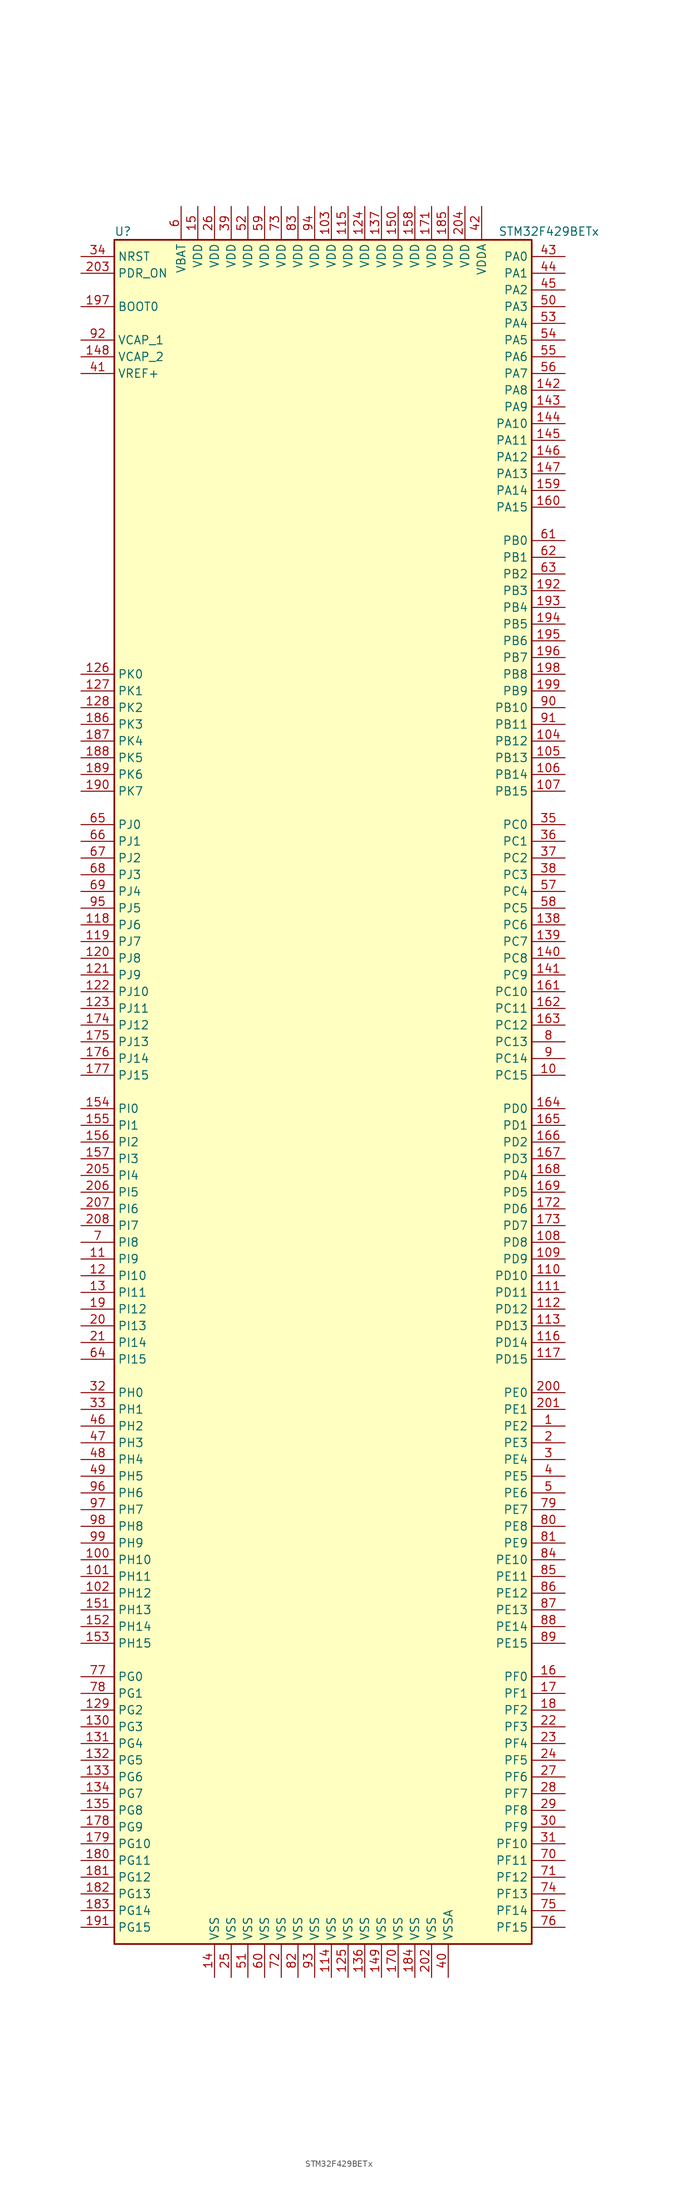
<source format=kicad_sym>
(kicad_symbol_lib
  (version 20201005)
  (generator kicad_symbol_editor)
  (symbol "MCU_ST_STM32F4:STM32F429BETx"
    (property "Reference" "U"
      (at -33.02 130.81 0)
      (effects (font (size 1.27 1.27)) (justify left)))
    (property "Value" "STM32F429BETx"
      (at 25.4 130.81 0)
      (effects (font (size 1.27 1.27)) (justify left)))
    (symbol "STM32F429BETx_0_1"
      (rectangle (start -33.02 -129.54) (end 30.48 129.54) (stroke (width 0.254)) (fill (type background))))
    (symbol "STM32F429BETx_1_1"
      (pin input line (at -38.1 119.38 0) (length 5.08) (name "BOOT0" (effects (font (size 1.27 1.27)))) (number "197" (effects (font (size 1.27 1.27)))))
      (pin input line (at -38.1 127 0) (length 5.08) (name "NRST" (effects (font (size 1.27 1.27)))) (number "34" (effects (font (size 1.27 1.27)))))
      (pin bidirectional line (at 35.56 127 180) (length 5.08) (name "PA0" (effects (font (size 1.27 1.27)))) (number "43" (effects (font (size 1.27 1.27)))))
      (pin bidirectional line (at 35.56 124.46 180) (length 5.08) (name "PA1" (effects (font (size 1.27 1.27)))) (number "44" (effects (font (size 1.27 1.27)))))
      (pin bidirectional line (at 35.56 101.6 180) (length 5.08) (name "PA10" (effects (font (size 1.27 1.27)))) (number "144" (effects (font (size 1.27 1.27)))))
      (pin bidirectional line (at 35.56 99.06 180) (length 5.08) (name "PA11" (effects (font (size 1.27 1.27)))) (number "145" (effects (font (size 1.27 1.27)))))
      (pin bidirectional line (at 35.56 96.52 180) (length 5.08) (name "PA12" (effects (font (size 1.27 1.27)))) (number "146" (effects (font (size 1.27 1.27)))))
      (pin bidirectional line (at 35.56 93.98 180) (length 5.08) (name "PA13" (effects (font (size 1.27 1.27)))) (number "147" (effects (font (size 1.27 1.27)))))
      (pin bidirectional line (at 35.56 91.44 180) (length 5.08) (name "PA14" (effects (font (size 1.27 1.27)))) (number "159" (effects (font (size 1.27 1.27)))))
      (pin bidirectional line (at 35.56 88.9 180) (length 5.08) (name "PA15" (effects (font (size 1.27 1.27)))) (number "160" (effects (font (size 1.27 1.27)))))
      (pin bidirectional line (at 35.56 121.92 180) (length 5.08) (name "PA2" (effects (font (size 1.27 1.27)))) (number "45" (effects (font (size 1.27 1.27)))))
      (pin bidirectional line (at 35.56 119.38 180) (length 5.08) (name "PA3" (effects (font (size 1.27 1.27)))) (number "50" (effects (font (size 1.27 1.27)))))
      (pin bidirectional line (at 35.56 116.84 180) (length 5.08) (name "PA4" (effects (font (size 1.27 1.27)))) (number "53" (effects (font (size 1.27 1.27)))))
      (pin bidirectional line (at 35.56 114.3 180) (length 5.08) (name "PA5" (effects (font (size 1.27 1.27)))) (number "54" (effects (font (size 1.27 1.27)))))
      (pin bidirectional line (at 35.56 111.76 180) (length 5.08) (name "PA6" (effects (font (size 1.27 1.27)))) (number "55" (effects (font (size 1.27 1.27)))))
      (pin bidirectional line (at 35.56 109.22 180) (length 5.08) (name "PA7" (effects (font (size 1.27 1.27)))) (number "56" (effects (font (size 1.27 1.27)))))
      (pin bidirectional line (at 35.56 106.68 180) (length 5.08) (name "PA8" (effects (font (size 1.27 1.27)))) (number "142" (effects (font (size 1.27 1.27)))))
      (pin bidirectional line (at 35.56 104.14 180) (length 5.08) (name "PA9" (effects (font (size 1.27 1.27)))) (number "143" (effects (font (size 1.27 1.27)))))
      (pin bidirectional line (at 35.56 83.82 180) (length 5.08) (name "PB0" (effects (font (size 1.27 1.27)))) (number "61" (effects (font (size 1.27 1.27)))))
      (pin bidirectional line (at 35.56 81.28 180) (length 5.08) (name "PB1" (effects (font (size 1.27 1.27)))) (number "62" (effects (font (size 1.27 1.27)))))
      (pin bidirectional line (at 35.56 58.42 180) (length 5.08) (name "PB10" (effects (font (size 1.27 1.27)))) (number "90" (effects (font (size 1.27 1.27)))))
      (pin bidirectional line (at 35.56 55.88 180) (length 5.08) (name "PB11" (effects (font (size 1.27 1.27)))) (number "91" (effects (font (size 1.27 1.27)))))
      (pin bidirectional line (at 35.56 53.34 180) (length 5.08) (name "PB12" (effects (font (size 1.27 1.27)))) (number "104" (effects (font (size 1.27 1.27)))))
      (pin bidirectional line (at 35.56 50.8 180) (length 5.08) (name "PB13" (effects (font (size 1.27 1.27)))) (number "105" (effects (font (size 1.27 1.27)))))
      (pin bidirectional line (at 35.56 48.26 180) (length 5.08) (name "PB14" (effects (font (size 1.27 1.27)))) (number "106" (effects (font (size 1.27 1.27)))))
      (pin bidirectional line (at 35.56 45.72 180) (length 5.08) (name "PB15" (effects (font (size 1.27 1.27)))) (number "107" (effects (font (size 1.27 1.27)))))
      (pin bidirectional line (at 35.56 78.74 180) (length 5.08) (name "PB2" (effects (font (size 1.27 1.27)))) (number "63" (effects (font (size 1.27 1.27)))))
      (pin bidirectional line (at 35.56 76.2 180) (length 5.08) (name "PB3" (effects (font (size 1.27 1.27)))) (number "192" (effects (font (size 1.27 1.27)))))
      (pin bidirectional line (at 35.56 73.66 180) (length 5.08) (name "PB4" (effects (font (size 1.27 1.27)))) (number "193" (effects (font (size 1.27 1.27)))))
      (pin bidirectional line (at 35.56 71.12 180) (length 5.08) (name "PB5" (effects (font (size 1.27 1.27)))) (number "194" (effects (font (size 1.27 1.27)))))
      (pin bidirectional line (at 35.56 68.58 180) (length 5.08) (name "PB6" (effects (font (size 1.27 1.27)))) (number "195" (effects (font (size 1.27 1.27)))))
      (pin bidirectional line (at 35.56 66.04 180) (length 5.08) (name "PB7" (effects (font (size 1.27 1.27)))) (number "196" (effects (font (size 1.27 1.27)))))
      (pin bidirectional line (at 35.56 63.5 180) (length 5.08) (name "PB8" (effects (font (size 1.27 1.27)))) (number "198" (effects (font (size 1.27 1.27)))))
      (pin bidirectional line (at 35.56 60.96 180) (length 5.08) (name "PB9" (effects (font (size 1.27 1.27)))) (number "199" (effects (font (size 1.27 1.27)))))
      (pin bidirectional line (at 35.56 40.64 180) (length 5.08) (name "PC0" (effects (font (size 1.27 1.27)))) (number "35" (effects (font (size 1.27 1.27)))))
      (pin bidirectional line (at 35.56 38.1 180) (length 5.08) (name "PC1" (effects (font (size 1.27 1.27)))) (number "36" (effects (font (size 1.27 1.27)))))
      (pin bidirectional line (at 35.56 15.24 180) (length 5.08) (name "PC10" (effects (font (size 1.27 1.27)))) (number "161" (effects (font (size 1.27 1.27)))))
      (pin bidirectional line (at 35.56 12.7 180) (length 5.08) (name "PC11" (effects (font (size 1.27 1.27)))) (number "162" (effects (font (size 1.27 1.27)))))
      (pin bidirectional line (at 35.56 10.16 180) (length 5.08) (name "PC12" (effects (font (size 1.27 1.27)))) (number "163" (effects (font (size 1.27 1.27)))))
      (pin bidirectional line (at 35.56 7.62 180) (length 5.08) (name "PC13" (effects (font (size 1.27 1.27)))) (number "8" (effects (font (size 1.27 1.27)))))
      (pin bidirectional line (at 35.56 5.08 180) (length 5.08) (name "PC14" (effects (font (size 1.27 1.27)))) (number "9" (effects (font (size 1.27 1.27)))))
      (pin bidirectional line (at 35.56 2.54 180) (length 5.08) (name "PC15" (effects (font (size 1.27 1.27)))) (number "10" (effects (font (size 1.27 1.27)))))
      (pin bidirectional line (at 35.56 35.56 180) (length 5.08) (name "PC2" (effects (font (size 1.27 1.27)))) (number "37" (effects (font (size 1.27 1.27)))))
      (pin bidirectional line (at 35.56 33.02 180) (length 5.08) (name "PC3" (effects (font (size 1.27 1.27)))) (number "38" (effects (font (size 1.27 1.27)))))
      (pin bidirectional line (at 35.56 30.48 180) (length 5.08) (name "PC4" (effects (font (size 1.27 1.27)))) (number "57" (effects (font (size 1.27 1.27)))))
      (pin bidirectional line (at 35.56 27.94 180) (length 5.08) (name "PC5" (effects (font (size 1.27 1.27)))) (number "58" (effects (font (size 1.27 1.27)))))
      (pin bidirectional line (at 35.56 25.4 180) (length 5.08) (name "PC6" (effects (font (size 1.27 1.27)))) (number "138" (effects (font (size 1.27 1.27)))))
      (pin bidirectional line (at 35.56 22.86 180) (length 5.08) (name "PC7" (effects (font (size 1.27 1.27)))) (number "139" (effects (font (size 1.27 1.27)))))
      (pin bidirectional line (at 35.56 20.32 180) (length 5.08) (name "PC8" (effects (font (size 1.27 1.27)))) (number "140" (effects (font (size 1.27 1.27)))))
      (pin bidirectional line (at 35.56 17.78 180) (length 5.08) (name "PC9" (effects (font (size 1.27 1.27)))) (number "141" (effects (font (size 1.27 1.27)))))
      (pin bidirectional line (at 35.56 -2.54 180) (length 5.08) (name "PD0" (effects (font (size 1.27 1.27)))) (number "164" (effects (font (size 1.27 1.27)))))
      (pin bidirectional line (at 35.56 -5.08 180) (length 5.08) (name "PD1" (effects (font (size 1.27 1.27)))) (number "165" (effects (font (size 1.27 1.27)))))
      (pin bidirectional line (at 35.56 -27.94 180) (length 5.08) (name "PD10" (effects (font (size 1.27 1.27)))) (number "110" (effects (font (size 1.27 1.27)))))
      (pin bidirectional line (at 35.56 -30.48 180) (length 5.08) (name "PD11" (effects (font (size 1.27 1.27)))) (number "111" (effects (font (size 1.27 1.27)))))
      (pin bidirectional line (at 35.56 -33.02 180) (length 5.08) (name "PD12" (effects (font (size 1.27 1.27)))) (number "112" (effects (font (size 1.27 1.27)))))
      (pin bidirectional line (at 35.56 -35.56 180) (length 5.08) (name "PD13" (effects (font (size 1.27 1.27)))) (number "113" (effects (font (size 1.27 1.27)))))
      (pin bidirectional line (at 35.56 -38.1 180) (length 5.08) (name "PD14" (effects (font (size 1.27 1.27)))) (number "116" (effects (font (size 1.27 1.27)))))
      (pin bidirectional line (at 35.56 -40.64 180) (length 5.08) (name "PD15" (effects (font (size 1.27 1.27)))) (number "117" (effects (font (size 1.27 1.27)))))
      (pin bidirectional line (at 35.56 -7.62 180) (length 5.08) (name "PD2" (effects (font (size 1.27 1.27)))) (number "166" (effects (font (size 1.27 1.27)))))
      (pin bidirectional line (at 35.56 -10.16 180) (length 5.08) (name "PD3" (effects (font (size 1.27 1.27)))) (number "167" (effects (font (size 1.27 1.27)))))
      (pin bidirectional line (at 35.56 -12.7 180) (length 5.08) (name "PD4" (effects (font (size 1.27 1.27)))) (number "168" (effects (font (size 1.27 1.27)))))
      (pin bidirectional line (at 35.56 -15.24 180) (length 5.08) (name "PD5" (effects (font (size 1.27 1.27)))) (number "169" (effects (font (size 1.27 1.27)))))
      (pin bidirectional line (at 35.56 -17.78 180) (length 5.08) (name "PD6" (effects (font (size 1.27 1.27)))) (number "172" (effects (font (size 1.27 1.27)))))
      (pin bidirectional line (at 35.56 -20.32 180) (length 5.08) (name "PD7" (effects (font (size 1.27 1.27)))) (number "173" (effects (font (size 1.27 1.27)))))
      (pin bidirectional line (at 35.56 -22.86 180) (length 5.08) (name "PD8" (effects (font (size 1.27 1.27)))) (number "108" (effects (font (size 1.27 1.27)))))
      (pin bidirectional line (at 35.56 -25.4 180) (length 5.08) (name "PD9" (effects (font (size 1.27 1.27)))) (number "109" (effects (font (size 1.27 1.27)))))
      (pin input line (at -38.1 124.46 0) (length 5.08) (name "PDR_ON" (effects (font (size 1.27 1.27)))) (number "203" (effects (font (size 1.27 1.27)))))
      (pin bidirectional line (at 35.56 -45.72 180) (length 5.08) (name "PE0" (effects (font (size 1.27 1.27)))) (number "200" (effects (font (size 1.27 1.27)))))
      (pin bidirectional line (at 35.56 -48.26 180) (length 5.08) (name "PE1" (effects (font (size 1.27 1.27)))) (number "201" (effects (font (size 1.27 1.27)))))
      (pin bidirectional line (at 35.56 -71.12 180) (length 5.08) (name "PE10" (effects (font (size 1.27 1.27)))) (number "84" (effects (font (size 1.27 1.27)))))
      (pin bidirectional line (at 35.56 -73.66 180) (length 5.08) (name "PE11" (effects (font (size 1.27 1.27)))) (number "85" (effects (font (size 1.27 1.27)))))
      (pin bidirectional line (at 35.56 -76.2 180) (length 5.08) (name "PE12" (effects (font (size 1.27 1.27)))) (number "86" (effects (font (size 1.27 1.27)))))
      (pin bidirectional line (at 35.56 -78.74 180) (length 5.08) (name "PE13" (effects (font (size 1.27 1.27)))) (number "87" (effects (font (size 1.27 1.27)))))
      (pin bidirectional line (at 35.56 -81.28 180) (length 5.08) (name "PE14" (effects (font (size 1.27 1.27)))) (number "88" (effects (font (size 1.27 1.27)))))
      (pin bidirectional line (at 35.56 -83.82 180) (length 5.08) (name "PE15" (effects (font (size 1.27 1.27)))) (number "89" (effects (font (size 1.27 1.27)))))
      (pin bidirectional line (at 35.56 -50.8 180) (length 5.08) (name "PE2" (effects (font (size 1.27 1.27)))) (number "1" (effects (font (size 1.27 1.27)))))
      (pin bidirectional line (at 35.56 -53.34 180) (length 5.08) (name "PE3" (effects (font (size 1.27 1.27)))) (number "2" (effects (font (size 1.27 1.27)))))
      (pin bidirectional line (at 35.56 -55.88 180) (length 5.08) (name "PE4" (effects (font (size 1.27 1.27)))) (number "3" (effects (font (size 1.27 1.27)))))
      (pin bidirectional line (at 35.56 -58.42 180) (length 5.08) (name "PE5" (effects (font (size 1.27 1.27)))) (number "4" (effects (font (size 1.27 1.27)))))
      (pin bidirectional line (at 35.56 -60.96 180) (length 5.08) (name "PE6" (effects (font (size 1.27 1.27)))) (number "5" (effects (font (size 1.27 1.27)))))
      (pin bidirectional line (at 35.56 -63.5 180) (length 5.08) (name "PE7" (effects (font (size 1.27 1.27)))) (number "79" (effects (font (size 1.27 1.27)))))
      (pin bidirectional line (at 35.56 -66.04 180) (length 5.08) (name "PE8" (effects (font (size 1.27 1.27)))) (number "80" (effects (font (size 1.27 1.27)))))
      (pin bidirectional line (at 35.56 -68.58 180) (length 5.08) (name "PE9" (effects (font (size 1.27 1.27)))) (number "81" (effects (font (size 1.27 1.27)))))
      (pin bidirectional line (at 35.56 -88.9 180) (length 5.08) (name "PF0" (effects (font (size 1.27 1.27)))) (number "16" (effects (font (size 1.27 1.27)))))
      (pin bidirectional line (at 35.56 -91.44 180) (length 5.08) (name "PF1" (effects (font (size 1.27 1.27)))) (number "17" (effects (font (size 1.27 1.27)))))
      (pin bidirectional line (at 35.56 -114.3 180) (length 5.08) (name "PF10" (effects (font (size 1.27 1.27)))) (number "31" (effects (font (size 1.27 1.27)))))
      (pin bidirectional line (at 35.56 -116.84 180) (length 5.08) (name "PF11" (effects (font (size 1.27 1.27)))) (number "70" (effects (font (size 1.27 1.27)))))
      (pin bidirectional line (at 35.56 -119.38 180) (length 5.08) (name "PF12" (effects (font (size 1.27 1.27)))) (number "71" (effects (font (size 1.27 1.27)))))
      (pin bidirectional line (at 35.56 -121.92 180) (length 5.08) (name "PF13" (effects (font (size 1.27 1.27)))) (number "74" (effects (font (size 1.27 1.27)))))
      (pin bidirectional line (at 35.56 -124.46 180) (length 5.08) (name "PF14" (effects (font (size 1.27 1.27)))) (number "75" (effects (font (size 1.27 1.27)))))
      (pin bidirectional line (at 35.56 -127 180) (length 5.08) (name "PF15" (effects (font (size 1.27 1.27)))) (number "76" (effects (font (size 1.27 1.27)))))
      (pin bidirectional line (at 35.56 -93.98 180) (length 5.08) (name "PF2" (effects (font (size 1.27 1.27)))) (number "18" (effects (font (size 1.27 1.27)))))
      (pin bidirectional line (at 35.56 -96.52 180) (length 5.08) (name "PF3" (effects (font (size 1.27 1.27)))) (number "22" (effects (font (size 1.27 1.27)))))
      (pin bidirectional line (at 35.56 -99.06 180) (length 5.08) (name "PF4" (effects (font (size 1.27 1.27)))) (number "23" (effects (font (size 1.27 1.27)))))
      (pin bidirectional line (at 35.56 -101.6 180) (length 5.08) (name "PF5" (effects (font (size 1.27 1.27)))) (number "24" (effects (font (size 1.27 1.27)))))
      (pin bidirectional line (at 35.56 -104.14 180) (length 5.08) (name "PF6" (effects (font (size 1.27 1.27)))) (number "27" (effects (font (size 1.27 1.27)))))
      (pin bidirectional line (at 35.56 -106.68 180) (length 5.08) (name "PF7" (effects (font (size 1.27 1.27)))) (number "28" (effects (font (size 1.27 1.27)))))
      (pin bidirectional line (at 35.56 -109.22 180) (length 5.08) (name "PF8" (effects (font (size 1.27 1.27)))) (number "29" (effects (font (size 1.27 1.27)))))
      (pin bidirectional line (at 35.56 -111.76 180) (length 5.08) (name "PF9" (effects (font (size 1.27 1.27)))) (number "30" (effects (font (size 1.27 1.27)))))
      (pin bidirectional line (at -38.1 -88.9 0) (length 5.08) (name "PG0" (effects (font (size 1.27 1.27)))) (number "77" (effects (font (size 1.27 1.27)))))
      (pin bidirectional line (at -38.1 -91.44 0) (length 5.08) (name "PG1" (effects (font (size 1.27 1.27)))) (number "78" (effects (font (size 1.27 1.27)))))
      (pin bidirectional line (at -38.1 -114.3 0) (length 5.08) (name "PG10" (effects (font (size 1.27 1.27)))) (number "179" (effects (font (size 1.27 1.27)))))
      (pin bidirectional line (at -38.1 -116.84 0) (length 5.08) (name "PG11" (effects (font (size 1.27 1.27)))) (number "180" (effects (font (size 1.27 1.27)))))
      (pin bidirectional line (at -38.1 -119.38 0) (length 5.08) (name "PG12" (effects (font (size 1.27 1.27)))) (number "181" (effects (font (size 1.27 1.27)))))
      (pin bidirectional line (at -38.1 -121.92 0) (length 5.08) (name "PG13" (effects (font (size 1.27 1.27)))) (number "182" (effects (font (size 1.27 1.27)))))
      (pin bidirectional line (at -38.1 -124.46 0) (length 5.08) (name "PG14" (effects (font (size 1.27 1.27)))) (number "183" (effects (font (size 1.27 1.27)))))
      (pin bidirectional line (at -38.1 -127 0) (length 5.08) (name "PG15" (effects (font (size 1.27 1.27)))) (number "191" (effects (font (size 1.27 1.27)))))
      (pin bidirectional line (at -38.1 -93.98 0) (length 5.08) (name "PG2" (effects (font (size 1.27 1.27)))) (number "129" (effects (font (size 1.27 1.27)))))
      (pin bidirectional line (at -38.1 -96.52 0) (length 5.08) (name "PG3" (effects (font (size 1.27 1.27)))) (number "130" (effects (font (size 1.27 1.27)))))
      (pin bidirectional line (at -38.1 -99.06 0) (length 5.08) (name "PG4" (effects (font (size 1.27 1.27)))) (number "131" (effects (font (size 1.27 1.27)))))
      (pin bidirectional line (at -38.1 -101.6 0) (length 5.08) (name "PG5" (effects (font (size 1.27 1.27)))) (number "132" (effects (font (size 1.27 1.27)))))
      (pin bidirectional line (at -38.1 -104.14 0) (length 5.08) (name "PG6" (effects (font (size 1.27 1.27)))) (number "133" (effects (font (size 1.27 1.27)))))
      (pin bidirectional line (at -38.1 -106.68 0) (length 5.08) (name "PG7" (effects (font (size 1.27 1.27)))) (number "134" (effects (font (size 1.27 1.27)))))
      (pin bidirectional line (at -38.1 -109.22 0) (length 5.08) (name "PG8" (effects (font (size 1.27 1.27)))) (number "135" (effects (font (size 1.27 1.27)))))
      (pin bidirectional line (at -38.1 -111.76 0) (length 5.08) (name "PG9" (effects (font (size 1.27 1.27)))) (number "178" (effects (font (size 1.27 1.27)))))
      (pin input line (at -38.1 -45.72 0) (length 5.08) (name "PH0" (effects (font (size 1.27 1.27)))) (number "32" (effects (font (size 1.27 1.27)))))
      (pin input line (at -38.1 -48.26 0) (length 5.08) (name "PH1" (effects (font (size 1.27 1.27)))) (number "33" (effects (font (size 1.27 1.27)))))
      (pin bidirectional line (at -38.1 -71.12 0) (length 5.08) (name "PH10" (effects (font (size 1.27 1.27)))) (number "100" (effects (font (size 1.27 1.27)))))
      (pin bidirectional line (at -38.1 -73.66 0) (length 5.08) (name "PH11" (effects (font (size 1.27 1.27)))) (number "101" (effects (font (size 1.27 1.27)))))
      (pin bidirectional line (at -38.1 -76.2 0) (length 5.08) (name "PH12" (effects (font (size 1.27 1.27)))) (number "102" (effects (font (size 1.27 1.27)))))
      (pin bidirectional line (at -38.1 -78.74 0) (length 5.08) (name "PH13" (effects (font (size 1.27 1.27)))) (number "151" (effects (font (size 1.27 1.27)))))
      (pin bidirectional line (at -38.1 -81.28 0) (length 5.08) (name "PH14" (effects (font (size 1.27 1.27)))) (number "152" (effects (font (size 1.27 1.27)))))
      (pin bidirectional line (at -38.1 -83.82 0) (length 5.08) (name "PH15" (effects (font (size 1.27 1.27)))) (number "153" (effects (font (size 1.27 1.27)))))
      (pin bidirectional line (at -38.1 -50.8 0) (length 5.08) (name "PH2" (effects (font (size 1.27 1.27)))) (number "46" (effects (font (size 1.27 1.27)))))
      (pin bidirectional line (at -38.1 -53.34 0) (length 5.08) (name "PH3" (effects (font (size 1.27 1.27)))) (number "47" (effects (font (size 1.27 1.27)))))
      (pin bidirectional line (at -38.1 -55.88 0) (length 5.08) (name "PH4" (effects (font (size 1.27 1.27)))) (number "48" (effects (font (size 1.27 1.27)))))
      (pin bidirectional line (at -38.1 -58.42 0) (length 5.08) (name "PH5" (effects (font (size 1.27 1.27)))) (number "49" (effects (font (size 1.27 1.27)))))
      (pin bidirectional line (at -38.1 -60.96 0) (length 5.08) (name "PH6" (effects (font (size 1.27 1.27)))) (number "96" (effects (font (size 1.27 1.27)))))
      (pin bidirectional line (at -38.1 -63.5 0) (length 5.08) (name "PH7" (effects (font (size 1.27 1.27)))) (number "97" (effects (font (size 1.27 1.27)))))
      (pin bidirectional line (at -38.1 -66.04 0) (length 5.08) (name "PH8" (effects (font (size 1.27 1.27)))) (number "98" (effects (font (size 1.27 1.27)))))
      (pin bidirectional line (at -38.1 -68.58 0) (length 5.08) (name "PH9" (effects (font (size 1.27 1.27)))) (number "99" (effects (font (size 1.27 1.27)))))
      (pin bidirectional line (at -38.1 -2.54 0) (length 5.08) (name "PI0" (effects (font (size 1.27 1.27)))) (number "154" (effects (font (size 1.27 1.27)))))
      (pin bidirectional line (at -38.1 -5.08 0) (length 5.08) (name "PI1" (effects (font (size 1.27 1.27)))) (number "155" (effects (font (size 1.27 1.27)))))
      (pin bidirectional line (at -38.1 -27.94 0) (length 5.08) (name "PI10" (effects (font (size 1.27 1.27)))) (number "12" (effects (font (size 1.27 1.27)))))
      (pin bidirectional line (at -38.1 -30.48 0) (length 5.08) (name "PI11" (effects (font (size 1.27 1.27)))) (number "13" (effects (font (size 1.27 1.27)))))
      (pin bidirectional line (at -38.1 -33.02 0) (length 5.08) (name "PI12" (effects (font (size 1.27 1.27)))) (number "19" (effects (font (size 1.27 1.27)))))
      (pin bidirectional line (at -38.1 -35.56 0) (length 5.08) (name "PI13" (effects (font (size 1.27 1.27)))) (number "20" (effects (font (size 1.27 1.27)))))
      (pin bidirectional line (at -38.1 -38.1 0) (length 5.08) (name "PI14" (effects (font (size 1.27 1.27)))) (number "21" (effects (font (size 1.27 1.27)))))
      (pin bidirectional line (at -38.1 -40.64 0) (length 5.08) (name "PI15" (effects (font (size 1.27 1.27)))) (number "64" (effects (font (size 1.27 1.27)))))
      (pin bidirectional line (at -38.1 -7.62 0) (length 5.08) (name "PI2" (effects (font (size 1.27 1.27)))) (number "156" (effects (font (size 1.27 1.27)))))
      (pin bidirectional line (at -38.1 -10.16 0) (length 5.08) (name "PI3" (effects (font (size 1.27 1.27)))) (number "157" (effects (font (size 1.27 1.27)))))
      (pin bidirectional line (at -38.1 -12.7 0) (length 5.08) (name "PI4" (effects (font (size 1.27 1.27)))) (number "205" (effects (font (size 1.27 1.27)))))
      (pin bidirectional line (at -38.1 -15.24 0) (length 5.08) (name "PI5" (effects (font (size 1.27 1.27)))) (number "206" (effects (font (size 1.27 1.27)))))
      (pin bidirectional line (at -38.1 -17.78 0) (length 5.08) (name "PI6" (effects (font (size 1.27 1.27)))) (number "207" (effects (font (size 1.27 1.27)))))
      (pin bidirectional line (at -38.1 -20.32 0) (length 5.08) (name "PI7" (effects (font (size 1.27 1.27)))) (number "208" (effects (font (size 1.27 1.27)))))
      (pin bidirectional line (at -38.1 -22.86 0) (length 5.08) (name "PI8" (effects (font (size 1.27 1.27)))) (number "7" (effects (font (size 1.27 1.27)))))
      (pin bidirectional line (at -38.1 -25.4 0) (length 5.08) (name "PI9" (effects (font (size 1.27 1.27)))) (number "11" (effects (font (size 1.27 1.27)))))
      (pin bidirectional line (at -38.1 40.64 0) (length 5.08) (name "PJ0" (effects (font (size 1.27 1.27)))) (number "65" (effects (font (size 1.27 1.27)))))
      (pin bidirectional line (at -38.1 38.1 0) (length 5.08) (name "PJ1" (effects (font (size 1.27 1.27)))) (number "66" (effects (font (size 1.27 1.27)))))
      (pin bidirectional line (at -38.1 15.24 0) (length 5.08) (name "PJ10" (effects (font (size 1.27 1.27)))) (number "122" (effects (font (size 1.27 1.27)))))
      (pin bidirectional line (at -38.1 12.7 0) (length 5.08) (name "PJ11" (effects (font (size 1.27 1.27)))) (number "123" (effects (font (size 1.27 1.27)))))
      (pin bidirectional line (at -38.1 10.16 0) (length 5.08) (name "PJ12" (effects (font (size 1.27 1.27)))) (number "174" (effects (font (size 1.27 1.27)))))
      (pin bidirectional line (at -38.1 7.62 0) (length 5.08) (name "PJ13" (effects (font (size 1.27 1.27)))) (number "175" (effects (font (size 1.27 1.27)))))
      (pin bidirectional line (at -38.1 5.08 0) (length 5.08) (name "PJ14" (effects (font (size 1.27 1.27)))) (number "176" (effects (font (size 1.27 1.27)))))
      (pin bidirectional line (at -38.1 2.54 0) (length 5.08) (name "PJ15" (effects (font (size 1.27 1.27)))) (number "177" (effects (font (size 1.27 1.27)))))
      (pin bidirectional line (at -38.1 35.56 0) (length 5.08) (name "PJ2" (effects (font (size 1.27 1.27)))) (number "67" (effects (font (size 1.27 1.27)))))
      (pin bidirectional line (at -38.1 33.02 0) (length 5.08) (name "PJ3" (effects (font (size 1.27 1.27)))) (number "68" (effects (font (size 1.27 1.27)))))
      (pin bidirectional line (at -38.1 30.48 0) (length 5.08) (name "PJ4" (effects (font (size 1.27 1.27)))) (number "69" (effects (font (size 1.27 1.27)))))
      (pin bidirectional line (at -38.1 27.94 0) (length 5.08) (name "PJ5" (effects (font (size 1.27 1.27)))) (number "95" (effects (font (size 1.27 1.27)))))
      (pin bidirectional line (at -38.1 25.4 0) (length 5.08) (name "PJ6" (effects (font (size 1.27 1.27)))) (number "118" (effects (font (size 1.27 1.27)))))
      (pin bidirectional line (at -38.1 22.86 0) (length 5.08) (name "PJ7" (effects (font (size 1.27 1.27)))) (number "119" (effects (font (size 1.27 1.27)))))
      (pin bidirectional line (at -38.1 20.32 0) (length 5.08) (name "PJ8" (effects (font (size 1.27 1.27)))) (number "120" (effects (font (size 1.27 1.27)))))
      (pin bidirectional line (at -38.1 17.78 0) (length 5.08) (name "PJ9" (effects (font (size 1.27 1.27)))) (number "121" (effects (font (size 1.27 1.27)))))
      (pin bidirectional line (at -38.1 63.5 0) (length 5.08) (name "PK0" (effects (font (size 1.27 1.27)))) (number "126" (effects (font (size 1.27 1.27)))))
      (pin bidirectional line (at -38.1 60.96 0) (length 5.08) (name "PK1" (effects (font (size 1.27 1.27)))) (number "127" (effects (font (size 1.27 1.27)))))
      (pin bidirectional line (at -38.1 58.42 0) (length 5.08) (name "PK2" (effects (font (size 1.27 1.27)))) (number "128" (effects (font (size 1.27 1.27)))))
      (pin bidirectional line (at -38.1 55.88 0) (length 5.08) (name "PK3" (effects (font (size 1.27 1.27)))) (number "186" (effects (font (size 1.27 1.27)))))
      (pin bidirectional line (at -38.1 53.34 0) (length 5.08) (name "PK4" (effects (font (size 1.27 1.27)))) (number "187" (effects (font (size 1.27 1.27)))))
      (pin bidirectional line (at -38.1 50.8 0) (length 5.08) (name "PK5" (effects (font (size 1.27 1.27)))) (number "188" (effects (font (size 1.27 1.27)))))
      (pin bidirectional line (at -38.1 48.26 0) (length 5.08) (name "PK6" (effects (font (size 1.27 1.27)))) (number "189" (effects (font (size 1.27 1.27)))))
      (pin bidirectional line (at -38.1 45.72 0) (length 5.08) (name "PK7" (effects (font (size 1.27 1.27)))) (number "190" (effects (font (size 1.27 1.27)))))
      (pin power_in line (at -22.86 134.62 270) (length 5.08) (name "VBAT" (effects (font (size 1.27 1.27)))) (number "6" (effects (font (size 1.27 1.27)))))
      (pin power_in line (at -38.1 114.3 0) (length 5.08) (name "VCAP_1" (effects (font (size 1.27 1.27)))) (number "92" (effects (font (size 1.27 1.27)))))
      (pin power_in line (at -38.1 111.76 0) (length 5.08) (name "VCAP_2" (effects (font (size 1.27 1.27)))) (number "148" (effects (font (size 1.27 1.27)))))
      (pin power_in line (at 0 134.62 270) (length 5.08) (name "VDD" (effects (font (size 1.27 1.27)))) (number "103" (effects (font (size 1.27 1.27)))))
      (pin power_in line (at 2.54 134.62 270) (length 5.08) (name "VDD" (effects (font (size 1.27 1.27)))) (number "115" (effects (font (size 1.27 1.27)))))
      (pin power_in line (at 5.08 134.62 270) (length 5.08) (name "VDD" (effects (font (size 1.27 1.27)))) (number "124" (effects (font (size 1.27 1.27)))))
      (pin power_in line (at 7.62 134.62 270) (length 5.08) (name "VDD" (effects (font (size 1.27 1.27)))) (number "137" (effects (font (size 1.27 1.27)))))
      (pin power_in line (at -20.32 134.62 270) (length 5.08) (name "VDD" (effects (font (size 1.27 1.27)))) (number "15" (effects (font (size 1.27 1.27)))))
      (pin power_in line (at 10.16 134.62 270) (length 5.08) (name "VDD" (effects (font (size 1.27 1.27)))) (number "150" (effects (font (size 1.27 1.27)))))
      (pin power_in line (at 12.7 134.62 270) (length 5.08) (name "VDD" (effects (font (size 1.27 1.27)))) (number "158" (effects (font (size 1.27 1.27)))))
      (pin power_in line (at 15.24 134.62 270) (length 5.08) (name "VDD" (effects (font (size 1.27 1.27)))) (number "171" (effects (font (size 1.27 1.27)))))
      (pin power_in line (at 17.78 134.62 270) (length 5.08) (name "VDD" (effects (font (size 1.27 1.27)))) (number "185" (effects (font (size 1.27 1.27)))))
      (pin power_in line (at 20.32 134.62 270) (length 5.08) (name "VDD" (effects (font (size 1.27 1.27)))) (number "204" (effects (font (size 1.27 1.27)))))
      (pin power_in line (at -17.78 134.62 270) (length 5.08) (name "VDD" (effects (font (size 1.27 1.27)))) (number "26" (effects (font (size 1.27 1.27)))))
      (pin power_in line (at -15.24 134.62 270) (length 5.08) (name "VDD" (effects (font (size 1.27 1.27)))) (number "39" (effects (font (size 1.27 1.27)))))
      (pin power_in line (at -12.7 134.62 270) (length 5.08) (name "VDD" (effects (font (size 1.27 1.27)))) (number "52" (effects (font (size 1.27 1.27)))))
      (pin power_in line (at -10.16 134.62 270) (length 5.08) (name "VDD" (effects (font (size 1.27 1.27)))) (number "59" (effects (font (size 1.27 1.27)))))
      (pin power_in line (at -7.62 134.62 270) (length 5.08) (name "VDD" (effects (font (size 1.27 1.27)))) (number "73" (effects (font (size 1.27 1.27)))))
      (pin power_in line (at -5.08 134.62 270) (length 5.08) (name "VDD" (effects (font (size 1.27 1.27)))) (number "83" (effects (font (size 1.27 1.27)))))
      (pin power_in line (at -2.54 134.62 270) (length 5.08) (name "VDD" (effects (font (size 1.27 1.27)))) (number "94" (effects (font (size 1.27 1.27)))))
      (pin power_in line (at 22.86 134.62 270) (length 5.08) (name "VDDA" (effects (font (size 1.27 1.27)))) (number "42" (effects (font (size 1.27 1.27)))))
      (pin power_in line (at -38.1 109.22 0) (length 5.08) (name "VREF+" (effects (font (size 1.27 1.27)))) (number "41" (effects (font (size 1.27 1.27)))))
      (pin power_in line (at 0 -134.62 90) (length 5.08) (name "VSS" (effects (font (size 1.27 1.27)))) (number "114" (effects (font (size 1.27 1.27)))))
      (pin power_in line (at 2.54 -134.62 90) (length 5.08) (name "VSS" (effects (font (size 1.27 1.27)))) (number "125" (effects (font (size 1.27 1.27)))))
      (pin power_in line (at 5.08 -134.62 90) (length 5.08) (name "VSS" (effects (font (size 1.27 1.27)))) (number "136" (effects (font (size 1.27 1.27)))))
      (pin power_in line (at -17.78 -134.62 90) (length 5.08) (name "VSS" (effects (font (size 1.27 1.27)))) (number "14" (effects (font (size 1.27 1.27)))))
      (pin power_in line (at 7.62 -134.62 90) (length 5.08) (name "VSS" (effects (font (size 1.27 1.27)))) (number "149" (effects (font (size 1.27 1.27)))))
      (pin power_in line (at 10.16 -134.62 90) (length 5.08) (name "VSS" (effects (font (size 1.27 1.27)))) (number "170" (effects (font (size 1.27 1.27)))))
      (pin power_in line (at 12.7 -134.62 90) (length 5.08) (name "VSS" (effects (font (size 1.27 1.27)))) (number "184" (effects (font (size 1.27 1.27)))))
      (pin power_in line (at 15.24 -134.62 90) (length 5.08) (name "VSS" (effects (font (size 1.27 1.27)))) (number "202" (effects (font (size 1.27 1.27)))))
      (pin power_in line (at -15.24 -134.62 90) (length 5.08) (name "VSS" (effects (font (size 1.27 1.27)))) (number "25" (effects (font (size 1.27 1.27)))))
      (pin power_in line (at -12.7 -134.62 90) (length 5.08) (name "VSS" (effects (font (size 1.27 1.27)))) (number "51" (effects (font (size 1.27 1.27)))))
      (pin power_in line (at -10.16 -134.62 90) (length 5.08) (name "VSS" (effects (font (size 1.27 1.27)))) (number "60" (effects (font (size 1.27 1.27)))))
      (pin power_in line (at -7.62 -134.62 90) (length 5.08) (name "VSS" (effects (font (size 1.27 1.27)))) (number "72" (effects (font (size 1.27 1.27)))))
      (pin power_in line (at -5.08 -134.62 90) (length 5.08) (name "VSS" (effects (font (size 1.27 1.27)))) (number "82" (effects (font (size 1.27 1.27)))))
      (pin power_in line (at -2.54 -134.62 90) (length 5.08) (name "VSS" (effects (font (size 1.27 1.27)))) (number "93" (effects (font (size 1.27 1.27)))))
      (pin power_in line (at 17.78 -134.62 90) (length 5.08) (name "VSSA" (effects (font (size 1.27 1.27)))) (number "40" (effects (font (size 1.27 1.27))))))))
</source>
